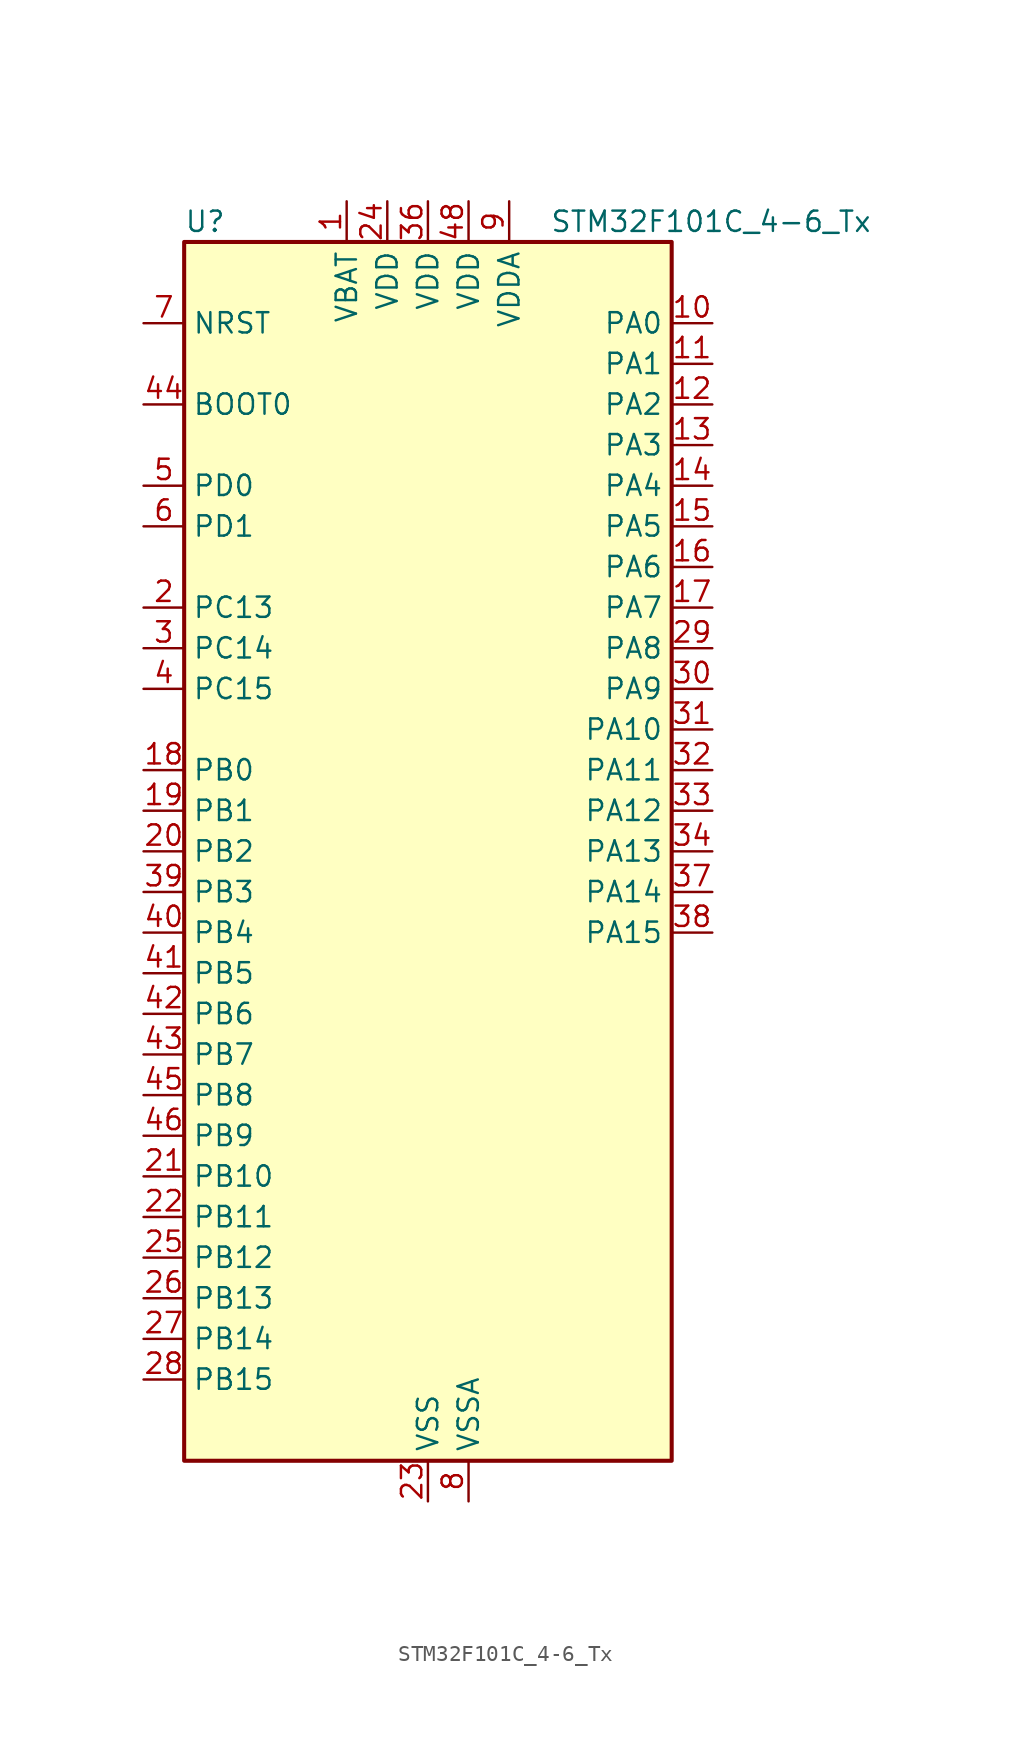
<source format=kicad_sym>
(kicad_symbol_lib
  (version 20241209)
  (generator "kicad_symbol_editor")
  (generator_version "9.0")
  (symbol "STM32F101C_4-6_Tx"
    (property "Reference" "U"
      (at -15.24 39.37 0)
      (effects (font (size 1.27 1.27)) (justify left)))
    (property "Value" "STM32F101C_4-6_Tx"
      (at 7.62 39.37 0)
      (effects (font (size 1.27 1.27)) (justify left)))
    (symbol "STM32F101C_4-6_Tx_0_1"
      (rectangle (start -15.24 -38.1) (end 15.24 38.1) (stroke (width 0.254) (type default)) (fill (type background))))
    (symbol "STM32F101C_4-6_Tx_1_1"
      (pin input line (at -17.78 33.02 0) (length 2.54) (name "NRST" (effects (font (size 1.27 1.27)))) (number "7" (effects (font (size 1.27 1.27)))))
      (pin input line (at -17.78 27.94 0) (length 2.54) (name "BOOT0" (effects (font (size 1.27 1.27)))) (number "44" (effects (font (size 1.27 1.27)))))
      (pin bidirectional line (at -17.78 22.86 0) (length 2.54) (name "PD0" (effects (font (size 1.27 1.27)))) (number "5" (effects (font (size 1.27 1.27)))) (alternate "RCC_OSC_IN" bidirectional line))
      (pin bidirectional line (at -17.78 20.32 0) (length 2.54) (name "PD1" (effects (font (size 1.27 1.27)))) (number "6" (effects (font (size 1.27 1.27)))) (alternate "RCC_OSC_OUT" bidirectional line))
      (pin bidirectional line (at -17.78 15.24 0) (length 2.54) (name "PC13" (effects (font (size 1.27 1.27)))) (number "2" (effects (font (size 1.27 1.27)))) (alternate "RTC_OUT" bidirectional line) (alternate "RTC_TAMPER" bidirectional line))
      (pin bidirectional line (at -17.78 12.7 0) (length 2.54) (name "PC14" (effects (font (size 1.27 1.27)))) (number "3" (effects (font (size 1.27 1.27)))) (alternate "RCC_OSC32_IN" bidirectional line))
      (pin bidirectional line (at -17.78 10.16 0) (length 2.54) (name "PC15" (effects (font (size 1.27 1.27)))) (number "4" (effects (font (size 1.27 1.27)))) (alternate "ADC1_EXTI15" bidirectional line) (alternate "RCC_OSC32_OUT" bidirectional line))
      (pin bidirectional line (at -17.78 5.08 0) (length 2.54) (name "PB0" (effects (font (size 1.27 1.27)))) (number "18" (effects (font (size 1.27 1.27)))) (alternate "ADC1_IN8" bidirectional line) (alternate "TIM3_CH3" bidirectional line))
      (pin bidirectional line (at -17.78 2.54 0) (length 2.54) (name "PB1" (effects (font (size 1.27 1.27)))) (number "19" (effects (font (size 1.27 1.27)))) (alternate "ADC1_IN9" bidirectional line) (alternate "TIM3_CH4" bidirectional line))
      (pin bidirectional line (at -17.78 0 0) (length 2.54) (name "PB2" (effects (font (size 1.27 1.27)))) (number "20" (effects (font (size 1.27 1.27)))))
      (pin bidirectional line (at -17.78 -2.54 0) (length 2.54) (name "PB3" (effects (font (size 1.27 1.27)))) (number "39" (effects (font (size 1.27 1.27)))) (alternate "SPI1_SCK" bidirectional line) (alternate "SYS_JTDO-TRACESWO" bidirectional line) (alternate "TIM2_CH2" bidirectional line))
      (pin bidirectional line (at -17.78 -5.08 0) (length 2.54) (name "PB4" (effects (font (size 1.27 1.27)))) (number "40" (effects (font (size 1.27 1.27)))) (alternate "SPI1_MISO" bidirectional line) (alternate "SYS_NJTRST" bidirectional line) (alternate "TIM3_CH1" bidirectional line))
      (pin bidirectional line (at -17.78 -7.62 0) (length 2.54) (name "PB5" (effects (font (size 1.27 1.27)))) (number "41" (effects (font (size 1.27 1.27)))) (alternate "I2C1_SMBA" bidirectional line) (alternate "SPI1_MOSI" bidirectional line) (alternate "TIM3_CH2" bidirectional line))
      (pin bidirectional line (at -17.78 -10.16 0) (length 2.54) (name "PB6" (effects (font (size 1.27 1.27)))) (number "42" (effects (font (size 1.27 1.27)))) (alternate "I2C1_SCL" bidirectional line) (alternate "USART1_TX" bidirectional line))
      (pin bidirectional line (at -17.78 -12.7 0) (length 2.54) (name "PB7" (effects (font (size 1.27 1.27)))) (number "43" (effects (font (size 1.27 1.27)))) (alternate "I2C1_SDA" bidirectional line) (alternate "USART1_RX" bidirectional line))
      (pin bidirectional line (at -17.78 -15.24 0) (length 2.54) (name "PB8" (effects (font (size 1.27 1.27)))) (number "45" (effects (font (size 1.27 1.27)))) (alternate "I2C1_SCL" bidirectional line))
      (pin bidirectional line (at -17.78 -17.78 0) (length 2.54) (name "PB9" (effects (font (size 1.27 1.27)))) (number "46" (effects (font (size 1.27 1.27)))) (alternate "I2C1_SDA" bidirectional line))
      (pin bidirectional line (at -17.78 -20.32 0) (length 2.54) (name "PB10" (effects (font (size 1.27 1.27)))) (number "21" (effects (font (size 1.27 1.27)))) (alternate "TIM2_CH3" bidirectional line))
      (pin bidirectional line (at -17.78 -22.86 0) (length 2.54) (name "PB11" (effects (font (size 1.27 1.27)))) (number "22" (effects (font (size 1.27 1.27)))) (alternate "ADC1_EXTI11" bidirectional line) (alternate "TIM2_CH4" bidirectional line))
      (pin bidirectional line (at -17.78 -25.4 0) (length 2.54) (name "PB12" (effects (font (size 1.27 1.27)))) (number "25" (effects (font (size 1.27 1.27)))))
      (pin bidirectional line (at -17.78 -27.94 0) (length 2.54) (name "PB13" (effects (font (size 1.27 1.27)))) (number "26" (effects (font (size 1.27 1.27)))))
      (pin bidirectional line (at -17.78 -30.48 0) (length 2.54) (name "PB14" (effects (font (size 1.27 1.27)))) (number "27" (effects (font (size 1.27 1.27)))))
      (pin bidirectional line (at -17.78 -33.02 0) (length 2.54) (name "PB15" (effects (font (size 1.27 1.27)))) (number "28" (effects (font (size 1.27 1.27)))) (alternate "ADC1_EXTI15" bidirectional line))
      (pin power_in line (at -5.08 40.64 270) (length 2.54) (name "VBAT" (effects (font (size 1.27 1.27)))) (number "1" (effects (font (size 1.27 1.27)))))
      (pin power_in line (at -2.54 40.64 270) (length 2.54) (name "VDD" (effects (font (size 1.27 1.27)))) (number "24" (effects (font (size 1.27 1.27)))))
      (pin power_in line (at 0 40.64 270) (length 2.54) (name "VDD" (effects (font (size 1.27 1.27)))) (number "36" (effects (font (size 1.27 1.27)))))
      (pin power_in line (at 0 -40.64 90) (length 2.54) (name "VSS" (effects (font (size 1.27 1.27)))) (number "23" (effects (font (size 1.27 1.27)))))
      (pin passive line (at 0 -40.64 90) (length 2.54) (hide yes) (name "VSS" (effects (font (size 1.27 1.27)))) (number "35" (effects (font (size 1.27 1.27)))))
      (pin passive line (at 0 -40.64 90) (length 2.54) (hide yes) (name "VSS" (effects (font (size 1.27 1.27)))) (number "47" (effects (font (size 1.27 1.27)))))
      (pin power_in line (at 2.54 40.64 270) (length 2.54) (name "VDD" (effects (font (size 1.27 1.27)))) (number "48" (effects (font (size 1.27 1.27)))))
      (pin power_in line (at 2.54 -40.64 90) (length 2.54) (name "VSSA" (effects (font (size 1.27 1.27)))) (number "8" (effects (font (size 1.27 1.27)))))
      (pin power_in line (at 5.08 40.64 270) (length 2.54) (name "VDDA" (effects (font (size 1.27 1.27)))) (number "9" (effects (font (size 1.27 1.27)))))
      (pin bidirectional line (at 17.78 33.02 180) (length 2.54) (name "PA0" (effects (font (size 1.27 1.27)))) (number "10" (effects (font (size 1.27 1.27)))) (alternate "ADC1_IN0" bidirectional line) (alternate "SYS_WKUP" bidirectional line) (alternate "TIM2_CH1" bidirectional line) (alternate "TIM2_ETR" bidirectional line) (alternate "USART2_CTS" bidirectional line))
      (pin bidirectional line (at 17.78 30.48 180) (length 2.54) (name "PA1" (effects (font (size 1.27 1.27)))) (number "11" (effects (font (size 1.27 1.27)))) (alternate "ADC1_IN1" bidirectional line) (alternate "TIM2_CH2" bidirectional line) (alternate "USART2_RTS" bidirectional line))
      (pin bidirectional line (at 17.78 27.94 180) (length 2.54) (name "PA2" (effects (font (size 1.27 1.27)))) (number "12" (effects (font (size 1.27 1.27)))) (alternate "ADC1_IN2" bidirectional line) (alternate "TIM2_CH3" bidirectional line) (alternate "USART2_TX" bidirectional line))
      (pin bidirectional line (at 17.78 25.4 180) (length 2.54) (name "PA3" (effects (font (size 1.27 1.27)))) (number "13" (effects (font (size 1.27 1.27)))) (alternate "ADC1_IN3" bidirectional line) (alternate "TIM2_CH4" bidirectional line) (alternate "USART2_RX" bidirectional line))
      (pin bidirectional line (at 17.78 22.86 180) (length 2.54) (name "PA4" (effects (font (size 1.27 1.27)))) (number "14" (effects (font (size 1.27 1.27)))) (alternate "ADC1_IN4" bidirectional line) (alternate "SPI1_NSS" bidirectional line) (alternate "USART2_CK" bidirectional line))
      (pin bidirectional line (at 17.78 20.32 180) (length 2.54) (name "PA5" (effects (font (size 1.27 1.27)))) (number "15" (effects (font (size 1.27 1.27)))) (alternate "ADC1_IN5" bidirectional line) (alternate "SPI1_SCK" bidirectional line))
      (pin bidirectional line (at 17.78 17.78 180) (length 2.54) (name "PA6" (effects (font (size 1.27 1.27)))) (number "16" (effects (font (size 1.27 1.27)))) (alternate "ADC1_IN6" bidirectional line) (alternate "SPI1_MISO" bidirectional line) (alternate "TIM3_CH1" bidirectional line))
      (pin bidirectional line (at 17.78 15.24 180) (length 2.54) (name "PA7" (effects (font (size 1.27 1.27)))) (number "17" (effects (font (size 1.27 1.27)))) (alternate "ADC1_IN7" bidirectional line) (alternate "SPI1_MOSI" bidirectional line) (alternate "TIM3_CH2" bidirectional line))
      (pin bidirectional line (at 17.78 12.7 180) (length 2.54) (name "PA8" (effects (font (size 1.27 1.27)))) (number "29" (effects (font (size 1.27 1.27)))) (alternate "RCC_MCO" bidirectional line) (alternate "USART1_CK" bidirectional line))
      (pin bidirectional line (at 17.78 10.16 180) (length 2.54) (name "PA9" (effects (font (size 1.27 1.27)))) (number "30" (effects (font (size 1.27 1.27)))) (alternate "USART1_TX" bidirectional line))
      (pin bidirectional line (at 17.78 7.62 180) (length 2.54) (name "PA10" (effects (font (size 1.27 1.27)))) (number "31" (effects (font (size 1.27 1.27)))) (alternate "USART1_RX" bidirectional line))
      (pin bidirectional line (at 17.78 5.08 180) (length 2.54) (name "PA11" (effects (font (size 1.27 1.27)))) (number "32" (effects (font (size 1.27 1.27)))) (alternate "ADC1_EXTI11" bidirectional line) (alternate "USART1_CTS" bidirectional line))
      (pin bidirectional line (at 17.78 2.54 180) (length 2.54) (name "PA12" (effects (font (size 1.27 1.27)))) (number "33" (effects (font (size 1.27 1.27)))) (alternate "USART1_RTS" bidirectional line))
      (pin bidirectional line (at 17.78 0 180) (length 2.54) (name "PA13" (effects (font (size 1.27 1.27)))) (number "34" (effects (font (size 1.27 1.27)))) (alternate "SYS_JTMS-SWDIO" bidirectional line))
      (pin bidirectional line (at 17.78 -2.54 180) (length 2.54) (name "PA14" (effects (font (size 1.27 1.27)))) (number "37" (effects (font (size 1.27 1.27)))) (alternate "SYS_JTCK-SWCLK" bidirectional line))
      (pin bidirectional line (at 17.78 -5.08 180) (length 2.54) (name "PA15" (effects (font (size 1.27 1.27)))) (number "38" (effects (font (size 1.27 1.27)))) (alternate "ADC1_EXTI15" bidirectional line) (alternate "SPI1_NSS" bidirectional line) (alternate "SYS_JTDI" bidirectional line) (alternate "TIM2_CH1" bidirectional line) (alternate "TIM2_ETR" bidirectional line)))))
</source>
